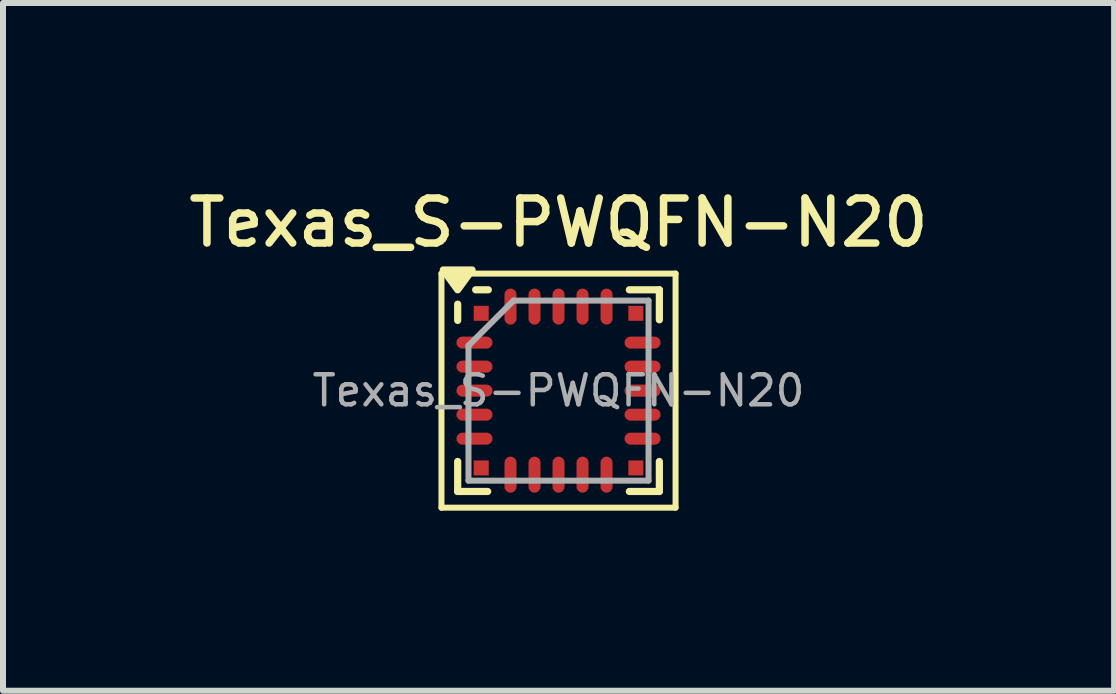
<source format=kicad_pcb>
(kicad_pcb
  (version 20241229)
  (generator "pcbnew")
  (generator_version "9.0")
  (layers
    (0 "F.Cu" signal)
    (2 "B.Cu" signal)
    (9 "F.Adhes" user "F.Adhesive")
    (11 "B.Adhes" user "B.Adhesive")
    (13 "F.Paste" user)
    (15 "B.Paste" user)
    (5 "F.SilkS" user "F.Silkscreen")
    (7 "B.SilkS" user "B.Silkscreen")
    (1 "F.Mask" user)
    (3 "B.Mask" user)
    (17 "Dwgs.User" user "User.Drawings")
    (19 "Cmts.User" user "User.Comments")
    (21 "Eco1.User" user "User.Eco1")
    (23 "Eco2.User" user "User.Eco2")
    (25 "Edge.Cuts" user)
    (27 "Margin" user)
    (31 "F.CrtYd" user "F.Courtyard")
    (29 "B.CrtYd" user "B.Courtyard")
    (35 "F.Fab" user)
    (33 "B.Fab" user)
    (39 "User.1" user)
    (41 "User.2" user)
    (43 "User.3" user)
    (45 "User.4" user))
  (footprint "Texas_S-PWQFN-N20"
    (layer "F.Cu")
    (at 6.255 3.458)
    (property "Reference" "Texas_S-PWQFN-N20" (at 0 -2.8 0) (layer "F.SilkS") (effects (font (size 0.75 0.75) (thickness 0.125))))
    (attr smd)
    (fp_line (start -1.95 -1.95) (end 1.95 -1.95) (stroke (width 0.1) (type solid)) (layer "F.SilkS"))
    (fp_line (start -1.95 1.95) (end -1.95 -1.95) (stroke (width 0.1) (type solid)) (layer "F.SilkS"))
    (fp_line (start -1.68 -1.17) (end -1.68 -1.44) (stroke (width 0.12) (type solid)) (layer "F.SilkS"))
    (fp_line (start -1.68 1.68) (end -1.68 1.18) (stroke (width 0.12) (type solid)) (layer "F.SilkS"))
    (fp_line (start -1.18 1.68) (end -1.68 1.68) (stroke (width 0.12) (type solid)) (layer "F.SilkS"))
    (fp_line (start -1.17 -1.68) (end -1.38 -1.68) (stroke (width 0.12) (type solid)) (layer "F.SilkS"))
    (fp_line (start 1.18 -1.68) (end 1.68 -1.68) (stroke (width 0.12) (type solid)) (layer "F.SilkS"))
    (fp_line (start 1.18 1.68) (end 1.68 1.68) (stroke (width 0.12) (type solid)) (layer "F.SilkS"))
    (fp_line (start 1.68 -1.68) (end 1.68 -1.18) (stroke (width 0.12) (type solid)) (layer "F.SilkS"))
    (fp_line (start 1.68 1.68) (end 1.68 1.18) (stroke (width 0.12) (type solid)) (layer "F.SilkS"))
    (fp_line (start 1.95 -1.95) (end 1.95 1.95) (stroke (width 0.1) (type solid)) (layer "F.SilkS"))
    (fp_line (start 1.95 1.95) (end -1.95 1.95) (stroke (width 0.1) (type solid)) (layer "F.SilkS"))
    (fp_poly (pts (xy -1.68 -1.68) (xy -1.92 -2.01) (xy -1.44 -2.01) (xy -1.68 -1.68)) (stroke (width 0.12) (type solid)) (fill yes) (layer "F.SilkS"))
    (fp_line (start -1.5 -0.75) (end -1.5 1.5) (stroke (width 0.1) (type solid)) (layer "F.Fab"))
    (fp_line (start -1.5 1.5) (end 1.5 1.5) (stroke (width 0.1) (type solid)) (layer "F.Fab"))
    (fp_line (start -0.75 -1.5) (end -1.5 -0.75) (stroke (width 0.1) (type solid)) (layer "F.Fab"))
    (fp_line (start 1.5 -1.5) (end -0.75 -1.5) (stroke (width 0.1) (type solid)) (layer "F.Fab"))
    (fp_line (start 1.5 1.5) (end 1.5 -1.5) (stroke (width 0.1) (type solid)) (layer "F.Fab"))
    (fp_text user "${REFERENCE}" (at 0 0 0) (layer "F.Fab") (effects (font (size 0.5 0.5) (thickness 0.075))))
    (pad "" smd rect (at -1.288 -1.288) (size 0.25 0.25) (layers "F.Cu" "F.Mask" "F.Paste"))
    (pad "" smd rect (at -1.288 1.288) (size 0.25 0.25) (layers "F.Cu" "F.Mask" "F.Paste"))
    (pad "" smd rect (at 1.288 -1.288) (size 0.25 0.25) (layers "F.Cu" "F.Mask" "F.Paste"))
    (pad "" smd rect (at 1.288 1.288) (size 0.25 0.25) (layers "F.Cu" "F.Mask" "F.Paste"))
    (pad "1" smd oval (at -1.4 -0.8 90) (size 0.2 0.6) (layers "F.Cu" "F.Mask" "F.Paste"))
    (pad "2" smd oval (at -1.4 -0.4 90) (size 0.2 0.6) (layers "F.Cu" "F.Mask" "F.Paste"))
    (pad "3" smd oval (at -1.4 0 90) (size 0.2 0.6) (layers "F.Cu" "F.Mask" "F.Paste"))
    (pad "4" smd oval (at -1.4 0.4 90) (size 0.2 0.6) (layers "F.Cu" "F.Mask" "F.Paste"))
    (pad "5" smd oval (at -1.4 0.8 90) (size 0.2 0.6) (layers "F.Cu" "F.Mask" "F.Paste"))
    (pad "6" smd oval (at -0.8 1.4) (size 0.2 0.6) (layers "F.Cu" "F.Mask" "F.Paste"))
    (pad "7" smd oval (at -0.4 1.4) (size 0.2 0.6) (layers "F.Cu" "F.Mask" "F.Paste"))
    (pad "8" smd oval (at 0 1.4) (size 0.2 0.6) (layers "F.Cu" "F.Mask" "F.Paste"))
    (pad "9" smd oval (at 0.4 1.4) (size 0.2 0.6) (layers "F.Cu" "F.Mask" "F.Paste"))
    (pad "10" smd oval (at 0.8 1.4) (size 0.2 0.6) (layers "F.Cu" "F.Mask" "F.Paste"))
    (pad "11" smd oval (at 1.4 0.8 90) (size 0.2 0.6) (layers "F.Cu" "F.Mask" "F.Paste"))
    (pad "12" smd oval (at 1.4 0.4 90) (size 0.2 0.6) (layers "F.Cu" "F.Mask" "F.Paste"))
    (pad "13" smd oval (at 1.4 0 90) (size 0.2 0.6) (layers "F.Cu" "F.Mask" "F.Paste"))
    (pad "14" smd oval (at 1.4 -0.4 90) (size 0.2 0.6) (layers "F.Cu" "F.Mask" "F.Paste"))
    (pad "15" smd oval (at 1.4 -0.8 90) (size 0.2 0.6) (layers "F.Cu" "F.Mask" "F.Paste"))
    (pad "16" smd oval (at 0.8 -1.4) (size 0.2 0.6) (layers "F.Cu" "F.Mask" "F.Paste"))
    (pad "17" smd oval (at 0.4 -1.4) (size 0.2 0.6) (layers "F.Cu" "F.Mask" "F.Paste"))
    (pad "18" smd oval (at 0 -1.4) (size 0.2 0.6) (layers "F.Cu" "F.Mask" "F.Paste"))
    (pad "19" smd oval (at -0.4 -1.4) (size 0.2 0.6) (layers "F.Cu" "F.Mask" "F.Paste"))
    (pad "20" smd oval (at -0.8 -1.4) (size 0.2 0.6) (layers "F.Cu" "F.Mask" "F.Paste")))
  (gr_rect
    (start -3 -3)
    (end 15.511 8.458)
    (stroke (width 0.1) (type default))
    (fill no)
    (layer "Edge.Cuts")))
</source>
